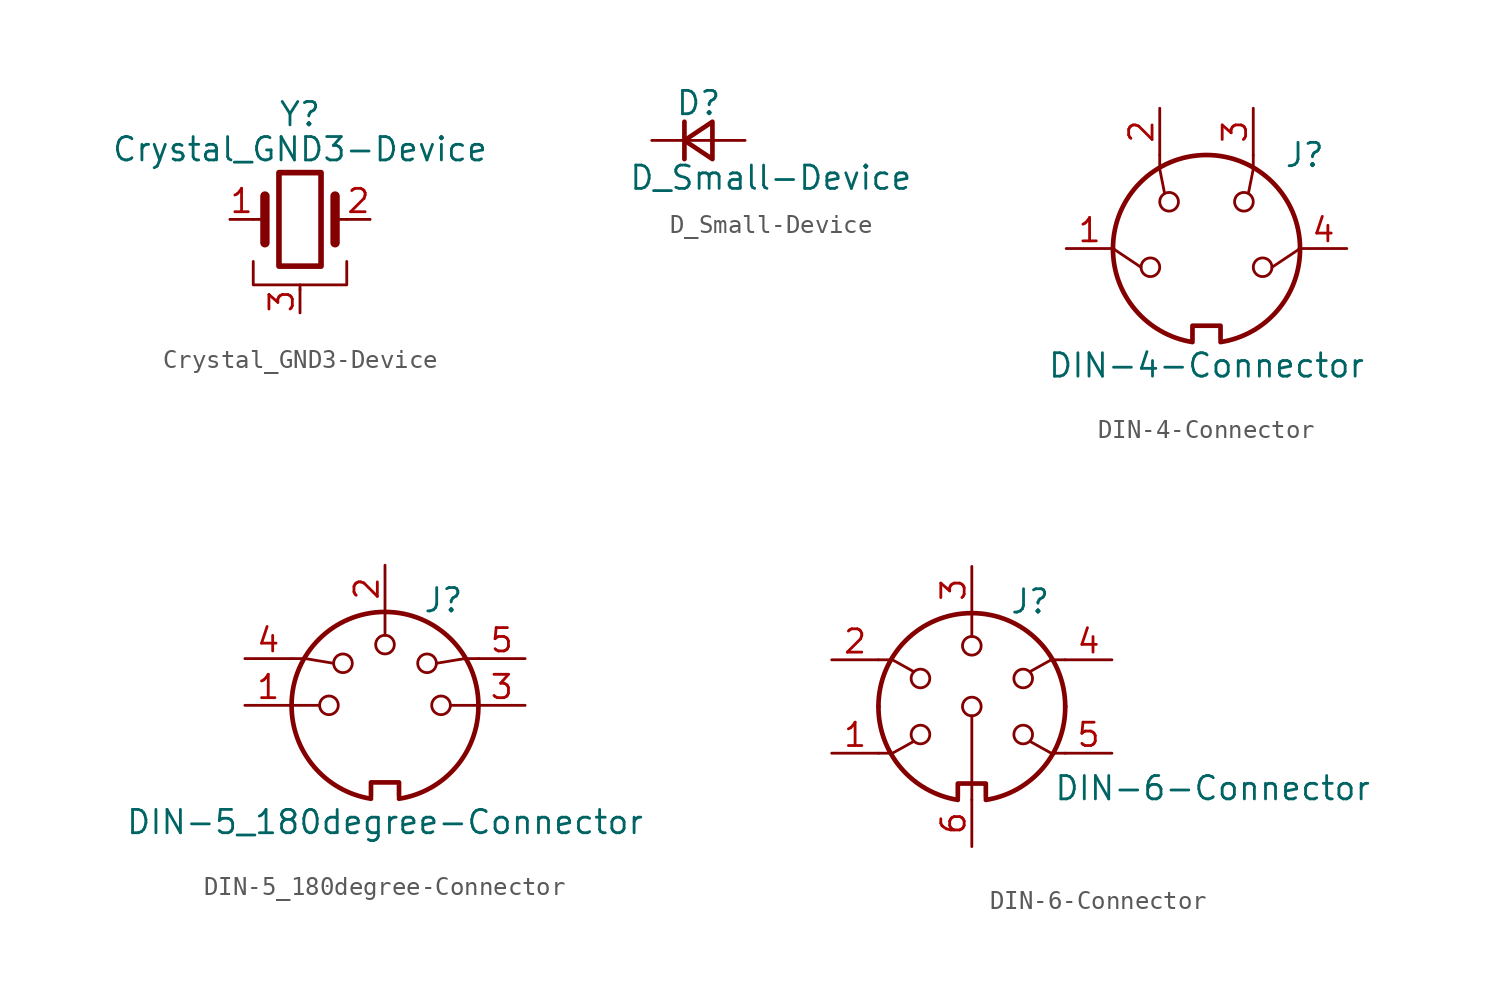
<source format=kicad_sym>
(kicad_symbol_lib
  (version 20211014)
  (generator kicad_symbol_editor)
  (symbol "Crystal_GND3-Device"
    (pin_names
      (offset 1.016) hide)
    (property "Reference" "Y"
      (at 0 5.715 0)
      (effects (font (size 1.27 1.27))))
    (property "Value" "Crystal_GND3-Device"
      (at 0 3.81 0)
      (effects (font (size 1.27 1.27))))
    (symbol "Crystal_GND3-Device_0_1"
      (rectangle (start -1.143 2.54) (end 1.143 -2.54) (stroke (width 0.305) (type default) (color 0 0 0 0)) (fill (type none)))
      (polyline (pts (xy -2.54 0) (xy -1.905 0)) (stroke (width 0) (type default) (color 0 0 0 0)) (fill (type none)))
      (polyline (pts (xy -1.905 -1.27) (xy -1.905 1.27)) (stroke (width 0.508) (type default) (color 0 0 0 0)) (fill (type none)))
      (polyline (pts (xy 0 -3.81) (xy 0 -3.556)) (stroke (width 0) (type default) (color 0 0 0 0)) (fill (type none)))
      (polyline (pts (xy 1.905 0) (xy 2.54 0)) (stroke (width 0) (type default) (color 0 0 0 0)) (fill (type none)))
      (polyline (pts (xy 1.905 1.27) (xy 1.905 -1.27)) (stroke (width 0.508) (type default) (color 0 0 0 0)) (fill (type none)))
      (polyline (pts (xy -2.54 -2.286) (xy -2.54 -3.556) (xy 2.54 -3.556) (xy 2.54 -2.286)) (stroke (width 0) (type default) (color 0 0 0 0)) (fill (type none))))
    (symbol "Crystal_GND3-Device_1_1"
      (pin passive line (at -3.81 0 0) (length 1.27) (name "1" (effects (font (size 1.27 1.27)))) (number "1" (effects (font (size 1.27 1.27)))))
      (pin passive line (at 3.81 0 180) (length 1.27) (name "2" (effects (font (size 1.27 1.27)))) (number "2" (effects (font (size 1.27 1.27)))))
      (pin passive line (at 0 -5.08 90) (length 1.27) (name "3" (effects (font (size 1.27 1.27)))) (number "3" (effects (font (size 1.27 1.27)))))))
  (symbol "D_Small-Device"
    (pin_numbers hide)
    (pin_names
      (offset 0.254) hide)
    (property "Reference" "D"
      (at -1.27 2.032 0)
      (effects (font (size 1.27 1.27)) (justify left)))
    (property "Value" "D_Small-Device"
      (at -3.81 -2.032 0)
      (effects (font (size 1.27 1.27)) (justify left)))
    (symbol "D_Small-Device_0_1"
      (polyline (pts (xy -0.762 -1.016) (xy -0.762 1.016)) (stroke (width 0.254) (type default) (color 0 0 0 0)) (fill (type none)))
      (polyline (pts (xy -0.762 0) (xy 0.762 0)) (stroke (width 0) (type default) (color 0 0 0 0)) (fill (type none)))
      (polyline (pts (xy 0.762 -1.016) (xy -0.762 0) (xy 0.762 1.016) (xy 0.762 -1.016)) (stroke (width 0.254) (type default) (color 0 0 0 0)) (fill (type none))))
    (symbol "D_Small-Device_1_1"
      (pin passive line (at -2.54 0 0) (length 1.778) (name "K" (effects (font (size 1.27 1.27)))) (number "1" (effects (font (size 1.27 1.27)))))
      (pin passive line (at 2.54 0 180) (length 1.778) (name "A" (effects (font (size 1.27 1.27)))) (number "2" (effects (font (size 1.27 1.27)))))))
  (symbol "DIN-4-Connector"
    (pin_names
      (offset 1.016))
    (property "Reference" "J"
      (at 5.334 5.08 0)
      (effects (font (size 1.27 1.27))))
    (property "Value" "DIN-4-Connector"
      (at 0 -6.35 0)
      (effects (font (size 1.27 1.27))))
    (symbol "DIN-4-Connector_0_1"
      (arc (start -5.08 0) (mid -3.8609 -3.3364) (end -0.762 -5.08) (stroke (width 0.254) (type default) (color 0 0 0 0)) (fill (type none)))
      (circle (center -3.048 -1.016) (radius 0.508) (stroke (width 0) (type default) (color 0 0 0 0)) (fill (type none)))
      (circle (center -2.032 2.54) (radius 0.508) (stroke (width 0) (type default) (color 0 0 0 0)) (fill (type none)))
      (polyline (pts (xy -3.556 -1.016) (xy -5.08 0)) (stroke (width 0) (type default) (color 0 0 0 0)) (fill (type none)))
      (polyline (pts (xy 5.08 0) (xy 3.556 -1.016)) (stroke (width 0) (type default) (color 0 0 0 0)) (fill (type none)))
      (polyline (pts (xy -2.54 5.08) (xy -2.54 4.318) (xy -2.286 3.048)) (stroke (width 0) (type default) (color 0 0 0 0)) (fill (type none)))
      (polyline (pts (xy 2.54 5.08) (xy 2.54 4.318) (xy 2.286 3.048)) (stroke (width 0) (type default) (color 0 0 0 0)) (fill (type none)))
      (polyline (pts (xy -0.762 -4.953) (xy -0.762 -4.191) (xy 0.762 -4.191) (xy 0.762 -4.953)) (stroke (width 0.254) (type default) (color 0 0 0 0)) (fill (type none)))
      (arc (start 0.762 -5.08) (mid 3.8685 -3.343) (end 5.08 0) (stroke (width 0.254) (type default) (color 0 0 0 0)) (fill (type none)))
      (circle (center 2.032 2.54) (radius 0.508) (stroke (width 0) (type default) (color 0 0 0 0)) (fill (type none)))
      (circle (center 3.048 -1.016) (radius 0.508) (stroke (width 0) (type default) (color 0 0 0 0)) (fill (type none)))
      (arc (start 5.08 0) (mid 0 5.08) (end -5.08 0) (stroke (width 0.254) (type default) (color 0 0 0 0)) (fill (type none))))
    (symbol "DIN-4-Connector_1_1"
      (pin passive line (at -7.62 0 0) (length 2.54) (name "~" (effects (font (size 1.27 1.27)))) (number "1" (effects (font (size 1.27 1.27)))))
      (pin passive line (at -2.54 7.62 270) (length 2.54) (name "~" (effects (font (size 1.27 1.27)))) (number "2" (effects (font (size 1.27 1.27)))))
      (pin passive line (at 2.54 7.62 270) (length 2.54) (name "~" (effects (font (size 1.27 1.27)))) (number "3" (effects (font (size 1.27 1.27)))))
      (pin passive line (at 7.62 0 180) (length 2.54) (name "~" (effects (font (size 1.27 1.27)))) (number "4" (effects (font (size 1.27 1.27)))))))
  (symbol "DIN-5_180degree-Connector"
    (pin_names
      (offset 1.016))
    (property "Reference" "J"
      (at 3.175 5.715 0)
      (effects (font (size 1.27 1.27))))
    (property "Value" "DIN-5_180degree-Connector"
      (at 0 -6.35 0)
      (effects (font (size 1.27 1.27))))
    (symbol "DIN-5_180degree-Connector_0_1"
      (arc (start -5.08 0) (mid -3.8609 -3.3364) (end -0.762 -5.08) (stroke (width 0.254) (type default) (color 0 0 0 0)) (fill (type none)))
      (circle (center -3.048 0) (radius 0.508) (stroke (width 0) (type default) (color 0 0 0 0)) (fill (type none)))
      (circle (center -2.286 2.286) (radius 0.508) (stroke (width 0) (type default) (color 0 0 0 0)) (fill (type none)))
      (polyline (pts (xy -5.08 0) (xy -3.556 0)) (stroke (width 0) (type default) (color 0 0 0 0)) (fill (type none)))
      (polyline (pts (xy 0 5.08) (xy 0 3.81)) (stroke (width 0) (type default) (color 0 0 0 0)) (fill (type none)))
      (polyline (pts (xy 5.08 0) (xy 3.556 0)) (stroke (width 0) (type default) (color 0 0 0 0)) (fill (type none)))
      (polyline (pts (xy -5.08 2.54) (xy -4.318 2.54) (xy -2.794 2.286)) (stroke (width 0) (type default) (color 0 0 0 0)) (fill (type none)))
      (polyline (pts (xy 5.08 2.54) (xy 4.318 2.54) (xy 2.794 2.286)) (stroke (width 0) (type default) (color 0 0 0 0)) (fill (type none)))
      (polyline (pts (xy -0.762 -4.953) (xy -0.762 -4.191) (xy 0.762 -4.191) (xy 0.762 -4.953)) (stroke (width 0.254) (type default) (color 0 0 0 0)) (fill (type none)))
      (circle (center 0 3.302) (radius 0.508) (stroke (width 0) (type default) (color 0 0 0 0)) (fill (type none)))
      (arc (start 0.762 -5.08) (mid 3.8685 -3.343) (end 5.08 0) (stroke (width 0.254) (type default) (color 0 0 0 0)) (fill (type none)))
      (circle (center 2.286 2.286) (radius 0.508) (stroke (width 0) (type default) (color 0 0 0 0)) (fill (type none)))
      (circle (center 3.048 0) (radius 0.508) (stroke (width 0) (type default) (color 0 0 0 0)) (fill (type none)))
      (arc (start 5.08 0) (mid 0 5.08) (end -5.08 0) (stroke (width 0.254) (type default) (color 0 0 0 0)) (fill (type none))))
    (symbol "DIN-5_180degree-Connector_1_1"
      (pin passive line (at -7.62 0 0) (length 2.54) (name "~" (effects (font (size 1.27 1.27)))) (number "1" (effects (font (size 1.27 1.27)))))
      (pin passive line (at 0 7.62 270) (length 2.54) (name "~" (effects (font (size 1.27 1.27)))) (number "2" (effects (font (size 1.27 1.27)))))
      (pin passive line (at 7.62 0 180) (length 2.54) (name "~" (effects (font (size 1.27 1.27)))) (number "3" (effects (font (size 1.27 1.27)))))
      (pin passive line (at -7.62 2.54 0) (length 2.54) (name "~" (effects (font (size 1.27 1.27)))) (number "4" (effects (font (size 1.27 1.27)))))
      (pin passive line (at 7.62 2.54 180) (length 2.54) (name "~" (effects (font (size 1.27 1.27)))) (number "5" (effects (font (size 1.27 1.27)))))))
  (symbol "DIN-6-Connector"
    (pin_names
      (offset 1.016))
    (property "Reference" "J"
      (at 3.175 5.715 0)
      (effects (font (size 1.27 1.27))))
    (property "Value" "DIN-6-Connector"
      (at 4.445 -4.445 0)
      (effects (font (size 1.27 1.27)) (justify left)))
    (symbol "DIN-6-Connector_0_1"
      (arc (start -5.08 0) (mid -3.8609 -3.3364) (end -0.762 -5.08) (stroke (width 0.254) (type default) (color 0 0 0 0)) (fill (type none)))
      (circle (center -2.794 -1.524) (radius 0.508) (stroke (width 0) (type default) (color 0 0 0 0)) (fill (type none)))
      (circle (center -2.794 1.524) (radius 0.508) (stroke (width 0) (type default) (color 0 0 0 0)) (fill (type none)))
      (polyline (pts (xy 0 -5.08) (xy 0 -0.508)) (stroke (width 0) (type default) (color 0 0 0 0)) (fill (type none)))
      (polyline (pts (xy 0 5.08) (xy 0 3.81)) (stroke (width 0) (type default) (color 0 0 0 0)) (fill (type none)))
      (polyline (pts (xy -5.08 -2.54) (xy -4.318 -2.54) (xy -3.175 -1.905)) (stroke (width 0) (type default) (color 0 0 0 0)) (fill (type none)))
      (polyline (pts (xy -5.08 2.54) (xy -4.318 2.54) (xy -3.175 1.905)) (stroke (width 0) (type default) (color 0 0 0 0)) (fill (type none)))
      (polyline (pts (xy 5.08 -2.54) (xy 4.318 -2.54) (xy 3.175 -1.905)) (stroke (width 0) (type default) (color 0 0 0 0)) (fill (type none)))
      (polyline (pts (xy 5.08 2.54) (xy 4.318 2.54) (xy 3.175 1.905)) (stroke (width 0) (type default) (color 0 0 0 0)) (fill (type none)))
      (polyline (pts (xy -0.762 -4.953) (xy -0.762 -4.191) (xy 0.762 -4.191) (xy 0.762 -4.953)) (stroke (width 0.254) (type default) (color 0 0 0 0)) (fill (type none)))
      (circle (center 0 0) (radius 0.508) (stroke (width 0) (type default) (color 0 0 0 0)) (fill (type none)))
      (circle (center 0 3.302) (radius 0.508) (stroke (width 0) (type default) (color 0 0 0 0)) (fill (type none)))
      (arc (start 0.762 -5.08) (mid 3.8685 -3.343) (end 5.08 0) (stroke (width 0.254) (type default) (color 0 0 0 0)) (fill (type none)))
      (circle (center 2.794 -1.524) (radius 0.508) (stroke (width 0) (type default) (color 0 0 0 0)) (fill (type none)))
      (circle (center 2.794 1.524) (radius 0.508) (stroke (width 0) (type default) (color 0 0 0 0)) (fill (type none)))
      (arc (start 5.08 0) (mid 0 5.08) (end -5.08 0) (stroke (width 0.254) (type default) (color 0 0 0 0)) (fill (type none))))
    (symbol "DIN-6-Connector_1_1"
      (pin passive line (at -7.62 -2.54 0) (length 2.54) (name "~" (effects (font (size 1.27 1.27)))) (number "1" (effects (font (size 1.27 1.27)))))
      (pin passive line (at -7.62 2.54 0) (length 2.54) (name "~" (effects (font (size 1.27 1.27)))) (number "2" (effects (font (size 1.27 1.27)))))
      (pin passive line (at 0 7.62 270) (length 2.54) (name "~" (effects (font (size 1.27 1.27)))) (number "3" (effects (font (size 1.27 1.27)))))
      (pin passive line (at 7.62 2.54 180) (length 2.54) (name "~" (effects (font (size 1.27 1.27)))) (number "4" (effects (font (size 1.27 1.27)))))
      (pin passive line (at 7.62 -2.54 180) (length 2.54) (name "~" (effects (font (size 1.27 1.27)))) (number "5" (effects (font (size 1.27 1.27)))))
      (pin passive line (at 0 -7.62 90) (length 2.54) (name "~" (effects (font (size 1.27 1.27)))) (number "6" (effects (font (size 1.27 1.27))))))))
</source>
